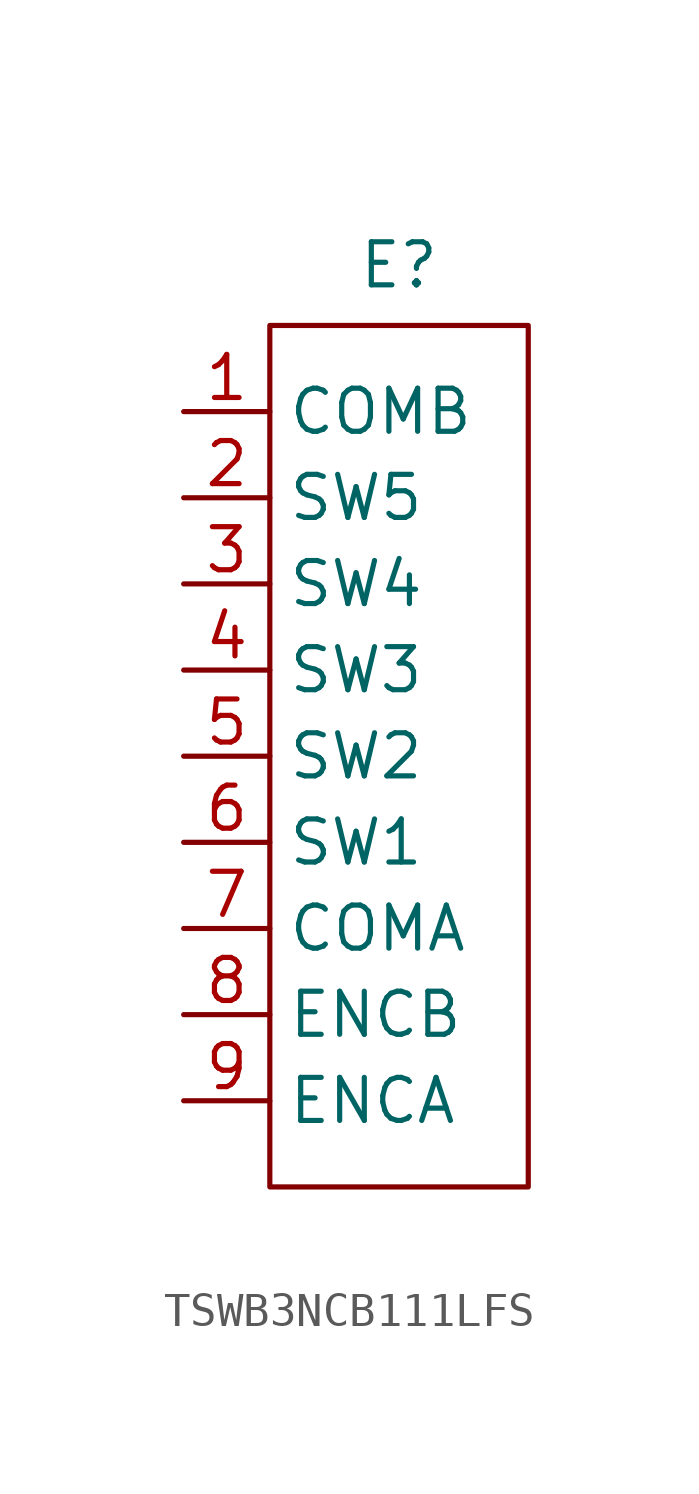
<source format=kicad_sym>
(kicad_symbol_lib
  (version 20241209)
  (generator "kicad_symbol_editor")
  (generator_version "9.0")
  (symbol "TSWB3NCB111LFS"
    (property "Reference" "E"
      (at 0 14.478 0)
      (effects (font (size 1.27 1.27))))
    (property "Value" ""
      (at 0 0 0)
      (effects (font (size 1.27 1.27))))
    (symbol "TSWB3NCB111LFS_0_1"
      (rectangle (start -3.81 12.7) (end 3.81 -12.7) (stroke (width 0) (type default)) (fill (type none))))
    (symbol "TSWB3NCB111LFS_1_1"
      (pin bidirectional line (at -6.35 10.16 0) (length 2.54) (name "COMB" (effects (font (size 1.27 1.27)))) (number "1" (effects (font (size 1.27 1.27)))))
      (pin bidirectional line (at -6.35 7.62 0) (length 2.54) (name "SW5" (effects (font (size 1.27 1.27)))) (number "2" (effects (font (size 1.27 1.27)))))
      (pin bidirectional line (at -6.35 5.08 0) (length 2.54) (name "SW4" (effects (font (size 1.27 1.27)))) (number "3" (effects (font (size 1.27 1.27)))))
      (pin bidirectional line (at -6.35 2.54 0) (length 2.54) (name "SW3" (effects (font (size 1.27 1.27)))) (number "4" (effects (font (size 1.27 1.27)))))
      (pin bidirectional line (at -6.35 0 0) (length 2.54) (name "SW2" (effects (font (size 1.27 1.27)))) (number "5" (effects (font (size 1.27 1.27)))))
      (pin bidirectional line (at -6.35 -2.54 0) (length 2.54) (name "SW1" (effects (font (size 1.27 1.27)))) (number "6" (effects (font (size 1.27 1.27)))))
      (pin bidirectional line (at -6.35 -5.08 0) (length 2.54) (name "COMA" (effects (font (size 1.27 1.27)))) (number "7" (effects (font (size 1.27 1.27)))))
      (pin bidirectional line (at -6.35 -7.62 0) (length 2.54) (name "ENCB" (effects (font (size 1.27 1.27)))) (number "8" (effects (font (size 1.27 1.27)))))
      (pin bidirectional line (at -6.35 -10.16 0) (length 2.54) (name "ENCA" (effects (font (size 1.27 1.27)))) (number "9" (effects (font (size 1.27 1.27))))))))
</source>
